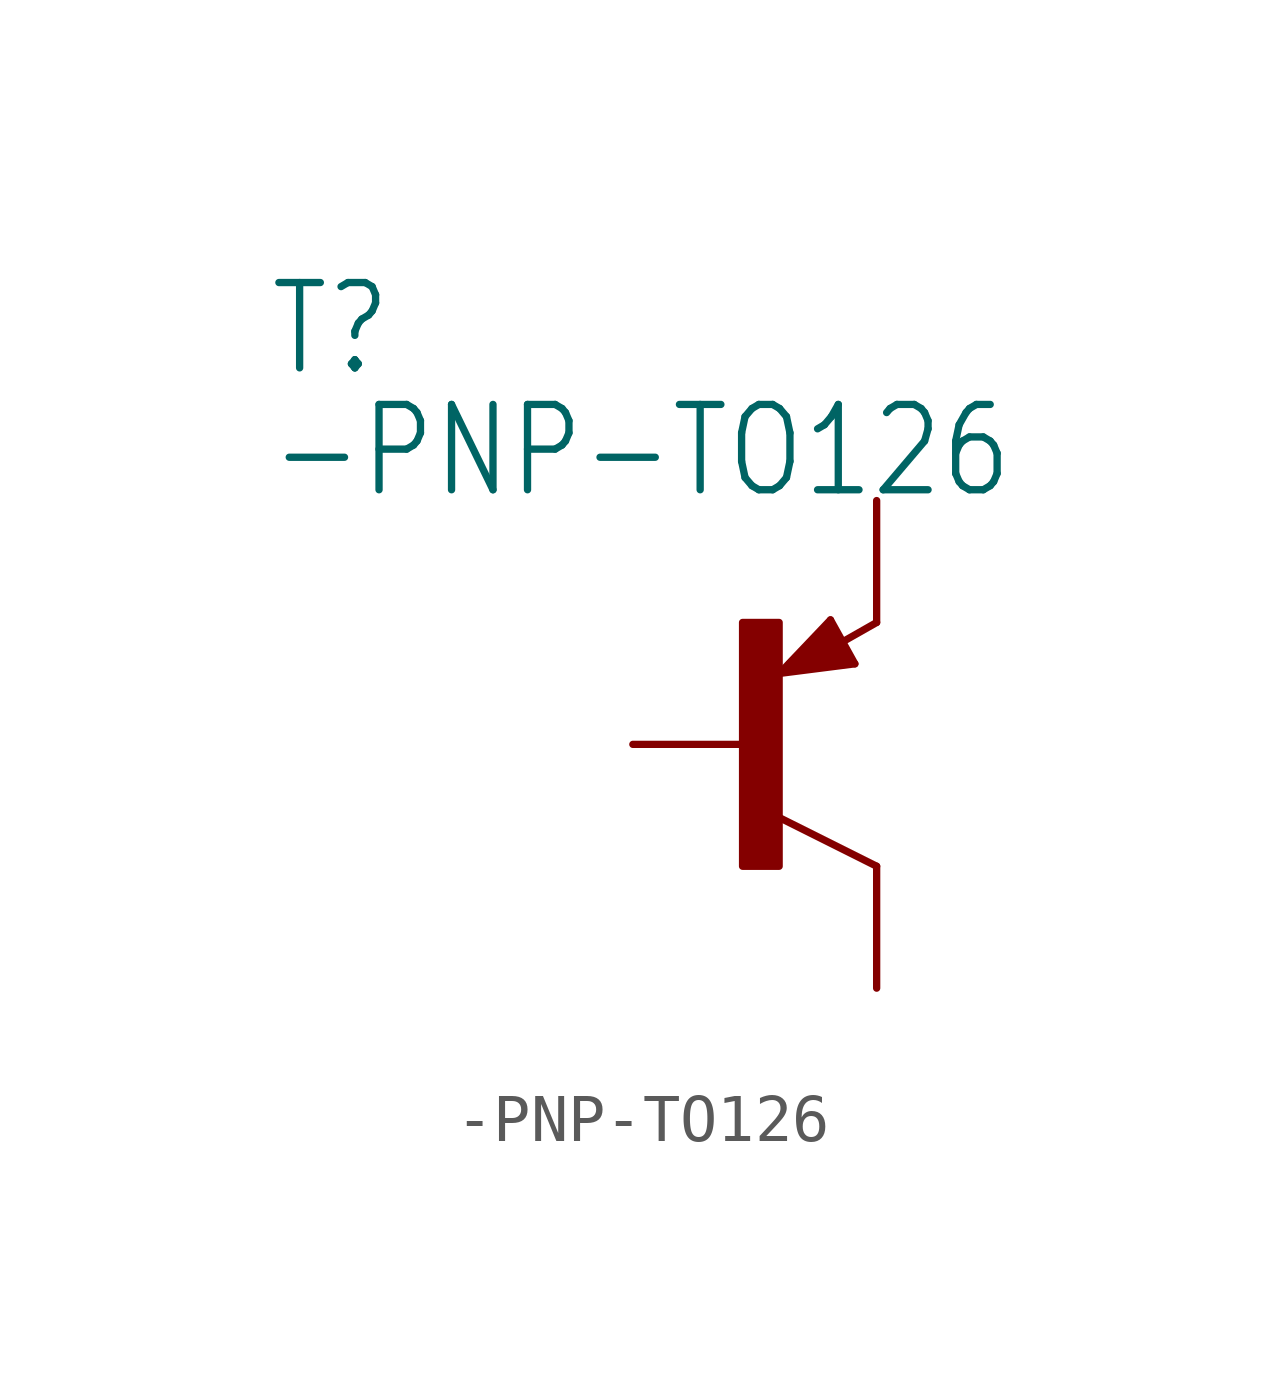
<source format=kicad_sym>
(kicad_symbol_lib
  (version 20211014)
  (generator kicad_symbol_editor)
  (symbol "-PNP-TO126"
    (property "Reference" "T"
      (at -10.16 7.62 0)
      (effects (font (size 1.778 1.511)) (justify left bottom)))
    (property "Value" "-PNP-TO126"
      (at -10.16 5.08 0)
      (effects (font (size 1.778 1.511)) (justify left bottom)))
    (property "ki_locked" ""
      (at 0 0 0)
      (effects (font (size 1.27 1.27))))
    (symbol "-PNP-TO126_1_0"
      (rectangle (start -0.254 -2.54) (end 0.508 2.54) (stroke (width 0) (type default) (color 0 0 0 0)) (fill (type outline)))
      (polyline (pts (xy 0.516 1.478) (xy 2.086 1.678)) (stroke (width 0.152) (type default) (color 0 0 0 0)) (fill (type none)))
      (polyline (pts (xy 0.762 1.651) (xy 1.778 1.778)) (stroke (width 0.254) (type default) (color 0 0 0 0)) (fill (type none)))
      (polyline (pts (xy 1.143 1.905) (xy 1.524 1.905)) (stroke (width 0.254) (type default) (color 0 0 0 0)) (fill (type none)))
      (polyline (pts (xy 1.524 2.159) (xy 1.143 1.905)) (stroke (width 0.254) (type default) (color 0 0 0 0)) (fill (type none)))
      (polyline (pts (xy 1.524 2.413) (xy 0.762 1.651)) (stroke (width 0.254) (type default) (color 0 0 0 0)) (fill (type none)))
      (polyline (pts (xy 1.578 2.594) (xy 0.516 1.478)) (stroke (width 0.152) (type default) (color 0 0 0 0)) (fill (type none)))
      (polyline (pts (xy 1.778 1.778) (xy 1.524 2.159)) (stroke (width 0.254) (type default) (color 0 0 0 0)) (fill (type none)))
      (polyline (pts (xy 1.905 1.778) (xy 1.524 2.413)) (stroke (width 0.254) (type default) (color 0 0 0 0)) (fill (type none)))
      (polyline (pts (xy 2.086 1.678) (xy 1.578 2.594)) (stroke (width 0.152) (type default) (color 0 0 0 0)) (fill (type none)))
      (polyline (pts (xy 2.54 -2.54) (xy 0.508 -1.524)) (stroke (width 0.152) (type default) (color 0 0 0 0)) (fill (type none)))
      (polyline (pts (xy 2.54 2.54) (xy 1.808 2.124)) (stroke (width 0.152) (type default) (color 0 0 0 0)) (fill (type none)))
      (pin passive line (at 2.54 5.08 270) (length 2.54) (name "E" (effects (font (size 0 0)))) (number "1" (effects (font (size 0 0)))))
      (pin passive line (at 2.54 -5.08 90) (length 2.54) (name "C" (effects (font (size 0 0)))) (number "2" (effects (font (size 0 0)))))
      (pin passive line (at -2.54 0 0) (length 2.54) (name "B" (effects (font (size 0 0)))) (number "3" (effects (font (size 0 0))))))))
</source>
